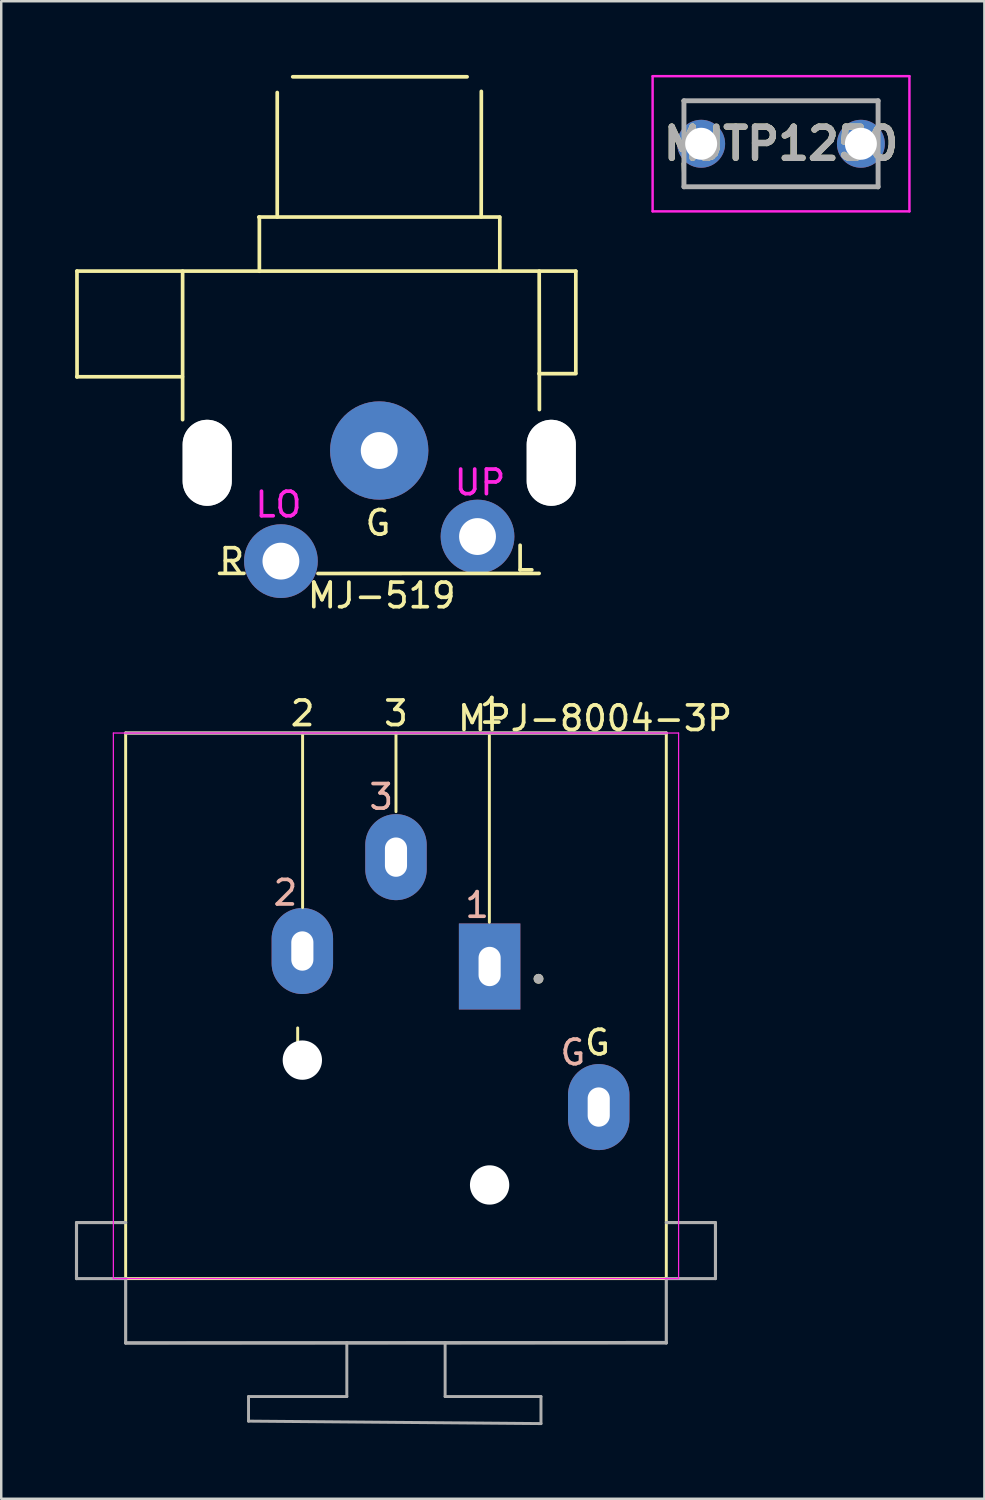
<source format=kicad_pcb>
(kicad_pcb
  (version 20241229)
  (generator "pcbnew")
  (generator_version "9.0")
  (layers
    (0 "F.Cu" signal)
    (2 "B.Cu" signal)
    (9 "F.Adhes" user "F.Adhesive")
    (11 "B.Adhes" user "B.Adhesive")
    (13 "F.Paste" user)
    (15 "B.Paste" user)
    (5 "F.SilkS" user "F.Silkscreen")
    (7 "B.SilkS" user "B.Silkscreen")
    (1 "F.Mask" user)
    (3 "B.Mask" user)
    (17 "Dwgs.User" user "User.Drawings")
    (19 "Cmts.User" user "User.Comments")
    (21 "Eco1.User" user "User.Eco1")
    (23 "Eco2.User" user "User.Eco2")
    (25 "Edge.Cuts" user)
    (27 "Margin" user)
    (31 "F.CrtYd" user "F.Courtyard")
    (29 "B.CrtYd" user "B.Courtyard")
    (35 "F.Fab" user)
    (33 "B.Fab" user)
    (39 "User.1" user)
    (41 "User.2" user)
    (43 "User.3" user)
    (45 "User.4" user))
  (footprint "MJ-519"
    (layer "F.Cu")
    (at 12.381 15.282)
    (property "Reference" "MJ-519" (at 0.1 5.9 0) (layer "F.SilkS") (effects (font (size 1 1) (thickness 0.15))))
    (attr through_hole)
    (fp_line (start -12.299 -7.303) (end -12.296 -2.995) (stroke (width 0.15) (type solid)) (layer "F.SilkS"))
    (fp_line (start -8.009 -3) (end -12.306 -3) (stroke (width 0.15) (type solid)) (layer "F.SilkS"))
    (fp_line (start -8 -7.3) (end -8 -1.255) (stroke (width 0.15) (type solid)) (layer "F.SilkS"))
    (fp_line (start -6.495 5) (end -5.504 4.999) (stroke (width 0.15) (type solid)) (layer "F.SilkS"))
    (fp_line (start -4.9 -9.5) (end 4.9 -9.5) (stroke (width 0.15) (type solid)) (layer "F.SilkS"))
    (fp_line (start -4.877 -9.502) (end -4.877 -7.295) (stroke (width 0.15) (type solid)) (layer "F.SilkS"))
    (fp_line (start -4.15 -9.505) (end -4.15 -14.567) (stroke (width 0.15) (type solid)) (layer "F.SilkS"))
    (fp_line (start -3.52 -15.207) (end 3.576 -15.207) (stroke (width 0.15) (type solid)) (layer "F.SilkS"))
    (fp_line (start 4.155 -14.613) (end 4.15 -9.507) (stroke (width 0.15) (type solid)) (layer "F.SilkS"))
    (fp_line (start 4.907 -9.495) (end 4.907 -7.315) (stroke (width 0.15) (type solid)) (layer "F.SilkS"))
    (fp_line (start 6.507 5.001) (end -2.492 5.004) (stroke (width 0.15) (type solid)) (layer "F.SilkS"))
    (fp_line (start 6.51 -7.3) (end 6.518 -1.666) (stroke (width 0.15) (type solid)) (layer "F.SilkS"))
    (fp_line (start 8 -7.3) (end -12.3 -7.3) (stroke (width 0.15) (type solid)) (layer "F.SilkS"))
    (fp_line (start 8 -3.15) (end 8 -7.297) (stroke (width 0.15) (type solid)) (layer "F.SilkS"))
    (fp_line (start 8 -3.127) (end 6.5 -3.127) (stroke (width 0.15) (type solid)) (layer "F.SilkS"))
    (fp_line (start -6.492 4.996) (end -6.492 2.601) (stroke (width 0.15) (type solid)) (layer "B.Paste"))
    (fp_line (start 6.495 5.009) (end 6.502 2.601) (stroke (width 0.15) (type solid)) (layer "B.Paste"))
    (fp_arc (start -4.15544 -14.54658) (mid -3.958774 -15.013648) (end -3.487244 -15.19936) (stroke (width 0.15) (type solid)) (layer "B.Paste"))
    (fp_arc (start 3.58902 -15.20698) (mid 3.988387 -15.033676) (end 4.152743 -14.630543) (stroke (width 0.15) (type solid)) (layer "B.Paste"))
    (fp_text user "R" (at -6 4.5 0) (layer "F.SilkS") (effects (font (size 1 1) (thickness 0.15))))
    (fp_text user "G" (at -0.048 2.949 0) (layer "F.SilkS") (effects (font (size 1 1) (thickness 0.15))))
    (fp_text user "L" (at 5.9 4.4 0) (layer "F.SilkS") (effects (font (size 1 1) (thickness 0.15))))
    (fp_text user "UP" (at 4.1 1.3 0) (layer "F.CrtYd") (effects (font (size 1 1) (thickness 0.15))))
    (fp_text user "LO" (at -4.1 2.2 0) (layer "F.CrtYd") (effects (font (size 1 1) (thickness 0.15))))
    (pad "" np_thru_hole oval (at -7 0.5) (size 2 3.5) (drill oval 2 3.5) (layers "*.Cu" "*.Mask" "Dwgs.User"))
    (pad "" np_thru_hole oval (at 7 0.5) (size 2 3.5) (drill oval 2 3.5) (layers "*.Cu" "*.Mask" "Dwgs.User"))
    (pad "1" thru_hole circle (at -4 4.501) (size 3 3) (drill 1.5) (layers "*.Cu" "*.Mask"))
    (pad "2" thru_hole circle (at 4 3.501) (size 3 3) (drill 1.5) (layers "*.Cu" "*.Mask"))
    (pad "3" thru_hole circle (at 0 0) (size 4 4) (drill 1.5) (layers "*.Cu" "*.Mask")))
  (footprint "MPJ-8004-3P"
    (layer "F.Cu")
    (at 13.063 36.978)
    (property "Reference" "MPJ-8004-3P" (at 8.1 -10.8 0) (layer "F.SilkS") (effects (font (size 1 1) (thickness 0.15))))
    (attr through_hole)
    (fp_line (start -11 -10.2) (end -11 12) (stroke (width 0.12) (type solid)) (layer "F.SilkS"))
    (fp_line (start -4 1.8) (end -4 3) (stroke (width 0.12) (type solid)) (layer "F.SilkS"))
    (fp_line (start -3.8 -3.1) (end -3.8 -10.2) (stroke (width 0.12) (type solid)) (layer "F.SilkS"))
    (fp_line (start 0 -7) (end 0 -10.2) (stroke (width 0.12) (type solid)) (layer "F.SilkS"))
    (fp_line (start 3.8 -2.5) (end 3.8 -10.1) (stroke (width 0.12) (type solid)) (layer "F.SilkS"))
    (fp_line (start 11 -10.2) (end -11 -10.2) (stroke (width 0.127) (type solid)) (layer "F.SilkS"))
    (fp_line (start 11 12) (end -11 12) (stroke (width 0.12) (type solid)) (layer "F.SilkS"))
    (fp_line (start 11 12) (end 11 -10.2) (stroke (width 0.12) (type solid)) (layer "F.SilkS"))
    (fp_circle (center 5.8 -0.2) (end 5.9 -0.2) (stroke (width 0.2) (type solid)) (fill no) (layer "F.SilkS"))
    (fp_line (start -11.5 12) (end -11.5 -10.2) (stroke (width 0.05) (type solid)) (layer "F.CrtYd"))
    (fp_line (start 11.5 -10.2) (end -11.5 -10.2) (stroke (width 0.05) (type solid)) (layer "F.CrtYd"))
    (fp_line (start 11.5 -10.2) (end 11.5 12) (stroke (width 0.05) (type solid)) (layer "F.CrtYd"))
    (fp_line (start 11.5 12) (end -11.5 12) (stroke (width 0.05) (type solid)) (layer "F.CrtYd"))
    (fp_line (start -13 9.72) (end -11 9.72) (stroke (width 0.127) (type solid)) (layer "F.Fab"))
    (fp_line (start -13 12) (end -13 9.72) (stroke (width 0.127) (type solid)) (layer "F.Fab"))
    (fp_line (start -11 12) (end -13 12) (stroke (width 0.127) (type solid)) (layer "F.Fab"))
    (fp_line (start -11 12) (end -11 14.62) (stroke (width 0.127) (type solid)) (layer "F.Fab"))
    (fp_line (start -11 14.62) (end 11 14.62) (stroke (width 0.127) (type solid)) (layer "F.Fab"))
    (fp_line (start -6 16.8) (end -6 17.8) (stroke (width 0.12) (type solid)) (layer "F.Fab"))
    (fp_line (start -6 17.8) (end 5.9 17.9) (stroke (width 0.12) (type solid)) (layer "F.Fab"))
    (fp_line (start -2 14.6) (end -2 16.8) (stroke (width 0.12) (type solid)) (layer "F.Fab"))
    (fp_line (start -2 16.8) (end -6 16.8) (stroke (width 0.12) (type solid)) (layer "F.Fab"))
    (fp_line (start 2 16.8) (end 2 14.6) (stroke (width 0.12) (type solid)) (layer "F.Fab"))
    (fp_line (start 5.9 16.8) (end 2 16.8) (stroke (width 0.12) (type solid)) (layer "F.Fab"))
    (fp_line (start 5.9 17.9) (end 5.9 16.8) (stroke (width 0.12) (type solid)) (layer "F.Fab"))
    (fp_line (start 11 -10.2) (end -11 -10.2) (stroke (width 0.127) (type solid)) (layer "F.Fab"))
    (fp_line (start 11 9.72) (end 13 9.72) (stroke (width 0.127) (type solid)) (layer "F.Fab"))
    (fp_line (start 11 14.6) (end -11 14.62) (stroke (width 0.127) (type solid)) (layer "F.Fab"))
    (fp_line (start 11 14.62) (end 11 12) (stroke (width 0.127) (type solid)) (layer "F.Fab"))
    (fp_line (start 13 9.72) (end 13 12) (stroke (width 0.127) (type solid)) (layer "F.Fab"))
    (fp_line (start 13 12) (end 11 12) (stroke (width 0.127) (type solid)) (layer "F.Fab"))
    (fp_circle (center 5.8 -0.2) (end 5.9 -0.2) (stroke (width 0.2) (type solid)) (fill no) (layer "F.Fab"))
    (fp_text user "1" (at 3.9 -11.1 0) (layer "F.SilkS") (effects (font (size 1 1) (thickness 0.15))))
    (fp_text user "2" (at -3.8 -11 0) (layer "F.SilkS") (effects (font (size 1 1) (thickness 0.15))))
    (fp_text user "G" (at 8.2 2.4 0) (layer "F.SilkS") (effects (font (size 1 1) (thickness 0.15))))
    (fp_text user "3" (at 0 -11 0) (layer "F.SilkS") (effects (font (size 1 1) (thickness 0.15))))
    (fp_text user "3" (at -0.6 -7.6 0) (layer "B.SilkS") (effects (font (size 1 1) (thickness 0.15))))
    (fp_text user "G" (at 7.2 2.8 0) (layer "B.SilkS") (effects (font (size 1 1) (thickness 0.15))))
    (fp_text user "2" (at -4.5 -3.7 0) (layer "B.SilkS") (effects (font (size 1 1) (thickness 0.15))))
    (fp_text user "1" (at 3.3 -3.2 0) (layer "B.SilkS") (effects (font (size 1 1) (thickness 0.15))))
    (pad "" np_thru_hole circle (at -3.81 3.11) (size 1.6 1.6) (drill 1.6) (layers "*.Cu" "*.Mask"))
    (pad "" np_thru_hole circle (at 3.81 8.19) (size 1.6 1.6) (drill 1.6) (layers "*.Cu" "*.Mask"))
    (pad "1" thru_hole rect (at 3.81 -0.7) (size 2.5 3.5) (drill oval 0.9 1.6) (layers "*.Cu" "*.Mask"))
    (pad "2" thru_hole oval (at -3.81 -1.33) (size 2.5 3.5) (drill oval 0.9 1.6) (layers "*.Cu" "*.Mask"))
    (pad "3" thru_hole oval (at 0 -5.15) (size 2.5 3.5) (drill oval 0.9 1.6) (layers "*.Cu" "*.Mask"))
    (pad "G" thru_hole oval (at 8.25 5.02) (size 2.5 3.5) (drill oval 0.9 1.6) (layers "*.Cu" "*.Mask")))
  (footprint "MJTP1250"
    (layer "F.Cu")
    (at 25.481 2.8)
    (property "Reference" "MJTP1250" (at 3.25 0 0) (layer "F.SilkS") (effects (font (size 1.27 1.27) (thickness 0.254))))
    (attr through_hole)
    (fp_line (start -0.75 -1.75) (end 7.2 -1.75) (stroke (width 0.1) (type solid)) (layer "F.SilkS"))
    (fp_line (start -0.75 0.8) (end -0.7 1.75) (stroke (width 0.1) (type solid)) (layer "F.SilkS"))
    (fp_line (start -0.7 -1) (end -0.7 -1.75) (stroke (width 0.1) (type solid)) (layer "F.SilkS"))
    (fp_line (start -0.7 1.75) (end -0.7 1.75) (stroke (width 0.1) (type solid)) (layer "F.SilkS"))
    (fp_line (start -0.7 1.75) (end 7.2 1.75) (stroke (width 0.1) (type solid)) (layer "F.SilkS"))
    (fp_line (start 7.2 -1.75) (end 7.2 -1) (stroke (width 0.1) (type solid)) (layer "F.SilkS"))
    (fp_line (start 7.2 0.8) (end 7.2 1.8) (stroke (width 0.1) (type solid)) (layer "F.SilkS"))
    (fp_line (start -1.975 -2.75) (end 8.475 -2.75) (stroke (width 0.1) (type solid)) (layer "F.CrtYd"))
    (fp_line (start -1.975 2.75) (end -1.975 -2.75) (stroke (width 0.1) (type solid)) (layer "F.CrtYd"))
    (fp_line (start 8.475 -2.75) (end 8.475 2.75) (stroke (width 0.1) (type solid)) (layer "F.CrtYd"))
    (fp_line (start 8.475 2.75) (end -1.975 2.75) (stroke (width 0.1) (type solid)) (layer "F.CrtYd"))
    (fp_line (start -0.7 -1.75) (end 7.2 -1.75) (stroke (width 0.2) (type solid)) (layer "F.Fab"))
    (fp_line (start -0.7 1.75) (end -0.7 -1.75) (stroke (width 0.2) (type solid)) (layer "F.Fab"))
    (fp_line (start 7.2 -1.75) (end 7.2 1.75) (stroke (width 0.2) (type solid)) (layer "F.Fab"))
    (fp_line (start 7.2 1.75) (end -0.7 1.75) (stroke (width 0.2) (type solid)) (layer "F.Fab"))
    (fp_text user "${REFERENCE}" (at 3.25 0 0) (layer "F.Fab") (effects (font (size 1.27 1.27) (thickness 0.254))))
    (pad "1" thru_hole circle (at 0 0) (size 1.95 1.95) (drill 1.3) (layers "*.Cu" "*.Mask"))
    (pad "2" thru_hole circle (at 6.5 0) (size 1.95 1.95) (drill 1.3) (layers "*.Cu" "*.Mask")))
  (gr_rect
    (start -3 -3)
    (end 37.006 57.938)
    (stroke (width 0.1) (type default))
    (fill no)
    (layer "Edge.Cuts")))
</source>
